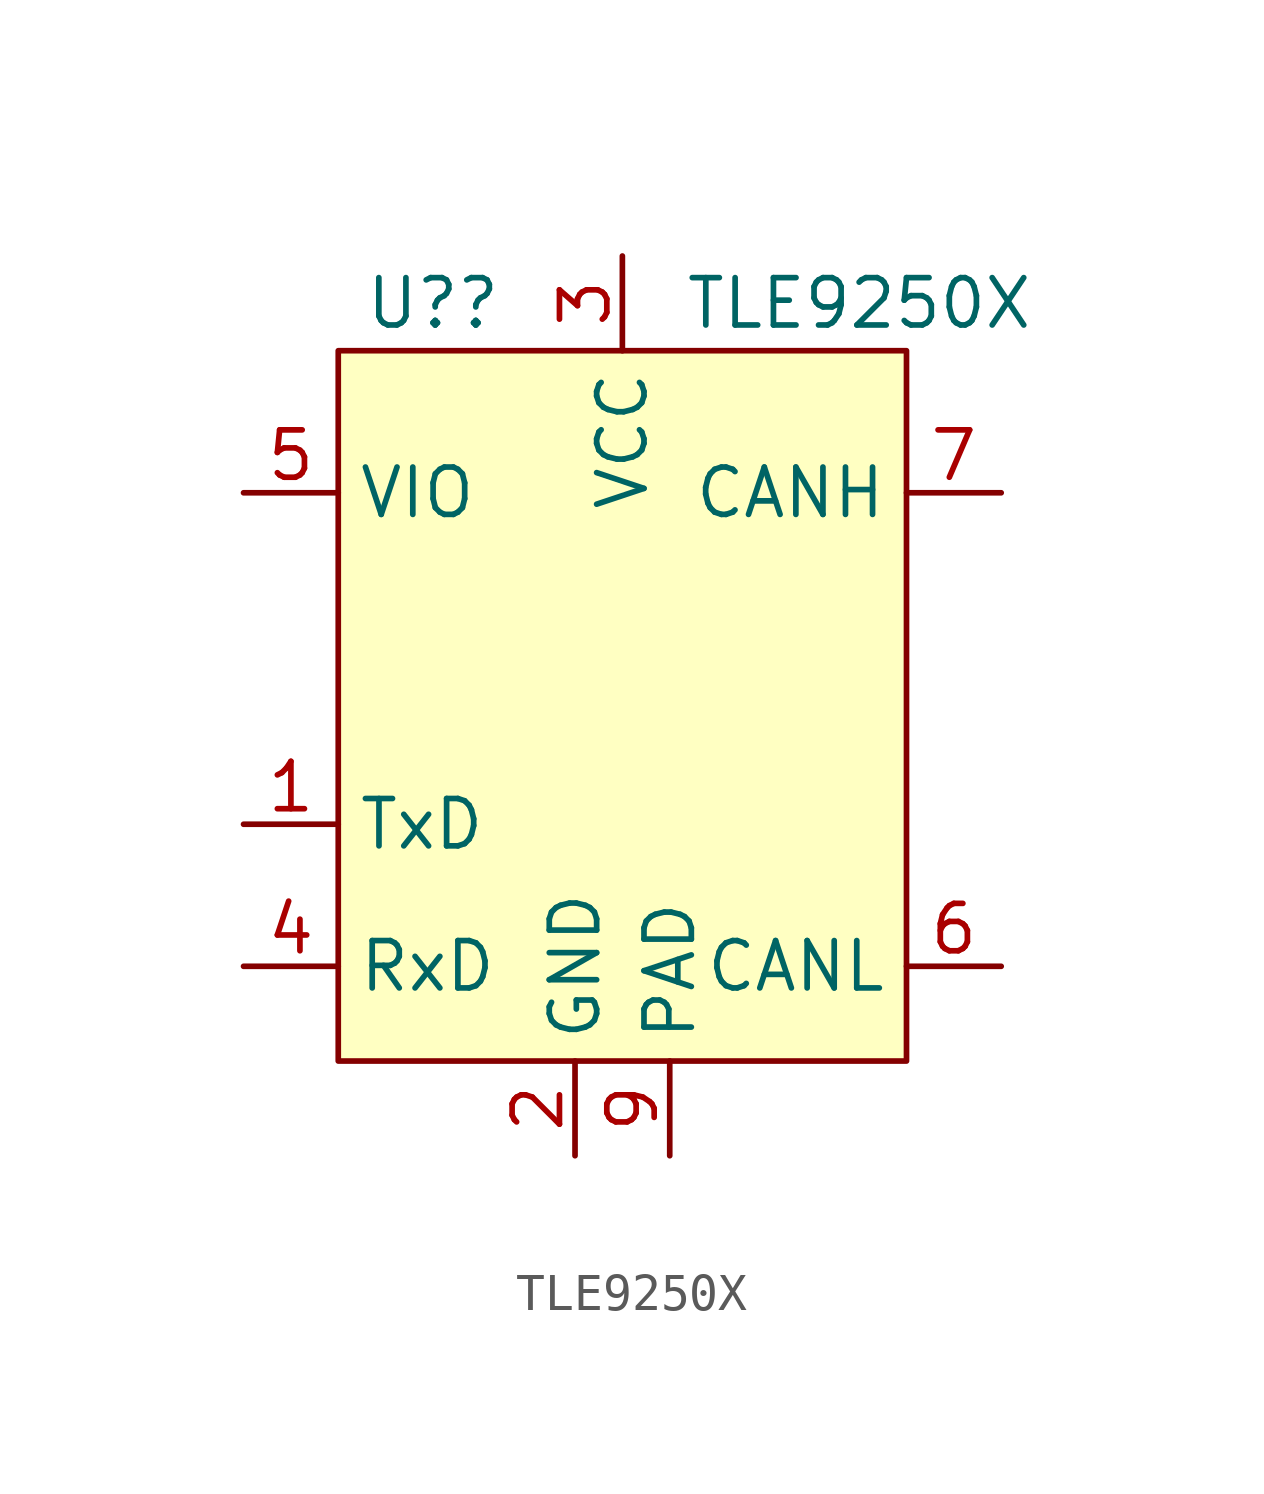
<source format=kicad_sym>
(kicad_symbol_lib
  (version 20211014)
  (generator kicad_symbol_editor)
  (symbol "TLE9250X"
    (property "Reference" "U?"
      (at -5.08 11.43 0)
      (effects (font (size 1.27 1.27))))
    (property "Value" "TLE9250X"
      (at 6.35 11.43 0)
      (effects (font (size 1.27 1.27))))
    (symbol "TLE9250X_0_1"
      (rectangle (start -7.62 10.16) (end 7.62 -8.89) (stroke (width 0) (type default) (color 0 0 0 0)) (fill (type background))))
    (symbol "TLE9250X_1_1"
      (pin input line (at -10.16 -2.54 0) (length 2.54) (name "TxD" (effects (font (size 1.27 1.27)))) (number "1" (effects (font (size 1.27 1.27)))))
      (pin passive line (at -1.27 -11.43 90) (length 2.54) (name "GND" (effects (font (size 1.27 1.27)))) (number "2" (effects (font (size 1.27 1.27)))))
      (pin power_in line (at 0 12.7 270) (length 2.54) (name "VCC" (effects (font (size 1.27 1.27)))) (number "3" (effects (font (size 1.27 1.27)))))
      (pin output line (at -10.16 -6.35 0) (length 2.54) (name "RxD" (effects (font (size 1.27 1.27)))) (number "4" (effects (font (size 1.27 1.27)))))
      (pin power_in line (at -10.16 6.35 0) (length 2.54) (name "VIO" (effects (font (size 1.27 1.27)))) (number "5" (effects (font (size 1.27 1.27)))))
      (pin output line (at 10.16 -6.35 180) (length 2.54) (name "CANL" (effects (font (size 1.27 1.27)))) (number "6" (effects (font (size 1.27 1.27)))))
      (pin output line (at 10.16 6.35 180) (length 2.54) (name "CANH" (effects (font (size 1.27 1.27)))) (number "7" (effects (font (size 1.27 1.27)))))
      (pin passive line (at 1.27 -11.43 90) (length 2.54) (name "PAD" (effects (font (size 1.27 1.27)))) (number "9" (effects (font (size 1.27 1.27))))))))
</source>
